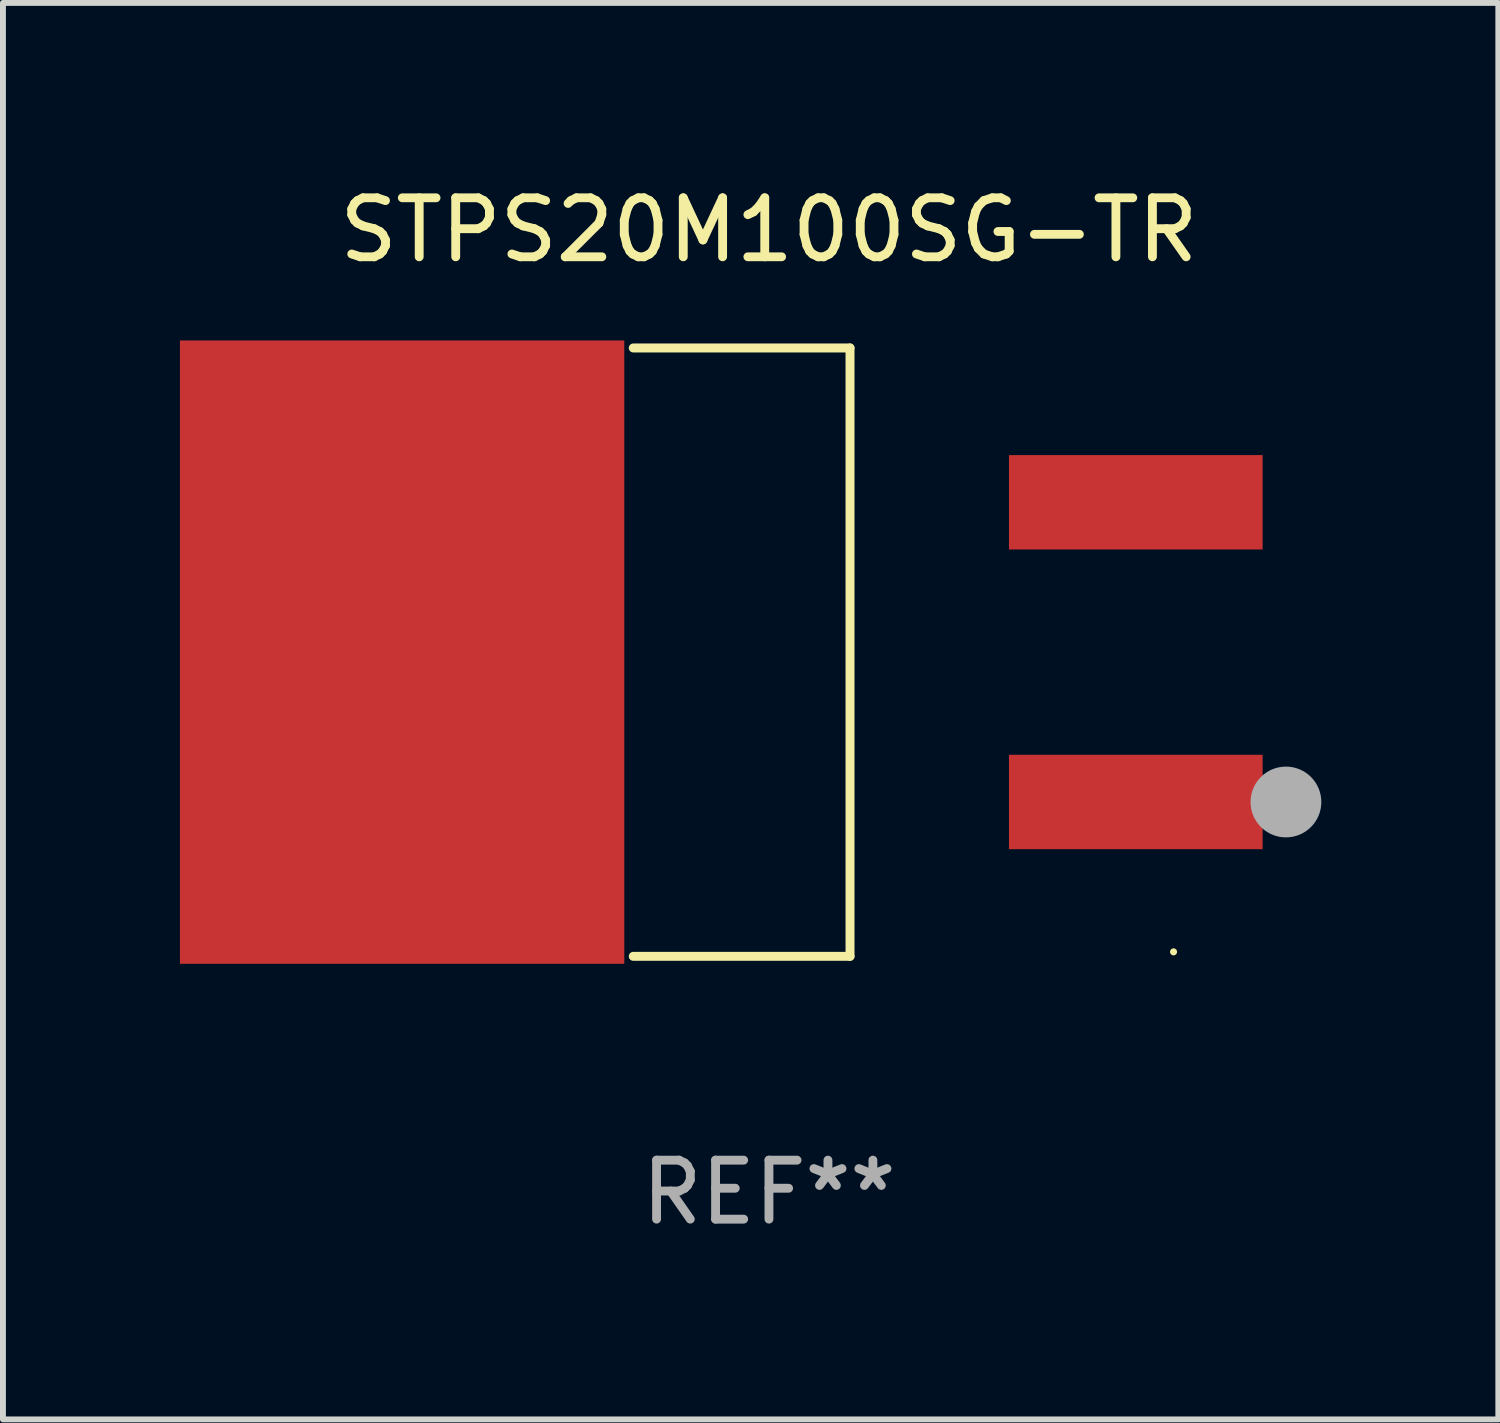
<source format=kicad_pcb>
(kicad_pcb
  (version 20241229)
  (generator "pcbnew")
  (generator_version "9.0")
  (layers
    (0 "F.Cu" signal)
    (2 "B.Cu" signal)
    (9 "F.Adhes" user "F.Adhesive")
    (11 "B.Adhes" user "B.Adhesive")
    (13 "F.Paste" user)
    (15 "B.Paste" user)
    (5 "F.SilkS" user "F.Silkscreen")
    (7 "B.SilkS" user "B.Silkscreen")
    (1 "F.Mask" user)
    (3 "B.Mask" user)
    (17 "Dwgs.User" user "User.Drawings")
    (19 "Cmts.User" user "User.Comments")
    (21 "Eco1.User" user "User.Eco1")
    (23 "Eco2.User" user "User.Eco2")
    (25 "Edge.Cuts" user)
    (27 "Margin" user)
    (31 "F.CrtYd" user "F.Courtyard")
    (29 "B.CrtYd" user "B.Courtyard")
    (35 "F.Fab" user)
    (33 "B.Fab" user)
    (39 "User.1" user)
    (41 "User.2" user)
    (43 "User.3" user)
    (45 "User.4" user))
  (footprint "STPS20M100SG-TR"
    (layer "F.Cu")
    (at 9.984 8.004)
    (property "Reference" "STPS20M100SG-TR" (at 0 -7.156 0) (layer "F.SilkS") (effects (font (size 1 1) (thickness 0.15))))
    (attr through_hole)
    (fp_line (start -2.3 -5.156) (end 1.374 -5.156) (stroke (width 0.152) (type solid)) (layer "F.SilkS"))
    (fp_line (start -2.3 5.156) (end 1.374 5.156) (stroke (width 0.152) (type solid)) (layer "F.SilkS"))
    (fp_line (start 1.374 5.156) (end 1.374 -5.156) (stroke (width 0.152) (type solid)) (layer "F.SilkS"))
    (fp_circle (center 6.858 5.08) (end 6.888 5.08) (stroke (width 0.06) (type solid)) (fill no) (layer "F.SilkS"))
    (fp_circle (center 8.763 2.54) (end 9.063 2.54) (stroke (width 0.6) (type solid)) (fill no) (layer "F.Fab"))
    (fp_text user "REF**" (at 0 9.156 0) (layer "F.Fab") (effects (font (size 1 1) (thickness 0.15))))
    (pad "1" smd rect (at 6.218 2.54 180) (size 4.3 1.6) (layers "F.Cu" "F.Mask" "F.Paste"))
    (pad "2" smd rect (at -6.218 0 180) (size 7.532 10.566) (layers "F.Cu" "F.Mask" "F.Paste"))
    (pad "3" smd rect (at 6.218 -2.54 180) (size 4.3 1.6) (layers "F.Cu" "F.Mask" "F.Paste")))
  (gr_rect
    (start -3 -3)
    (end 22.347 21.009)
    (stroke (width 0.1) (type default))
    (fill no)
    (layer "Edge.Cuts")))
</source>
